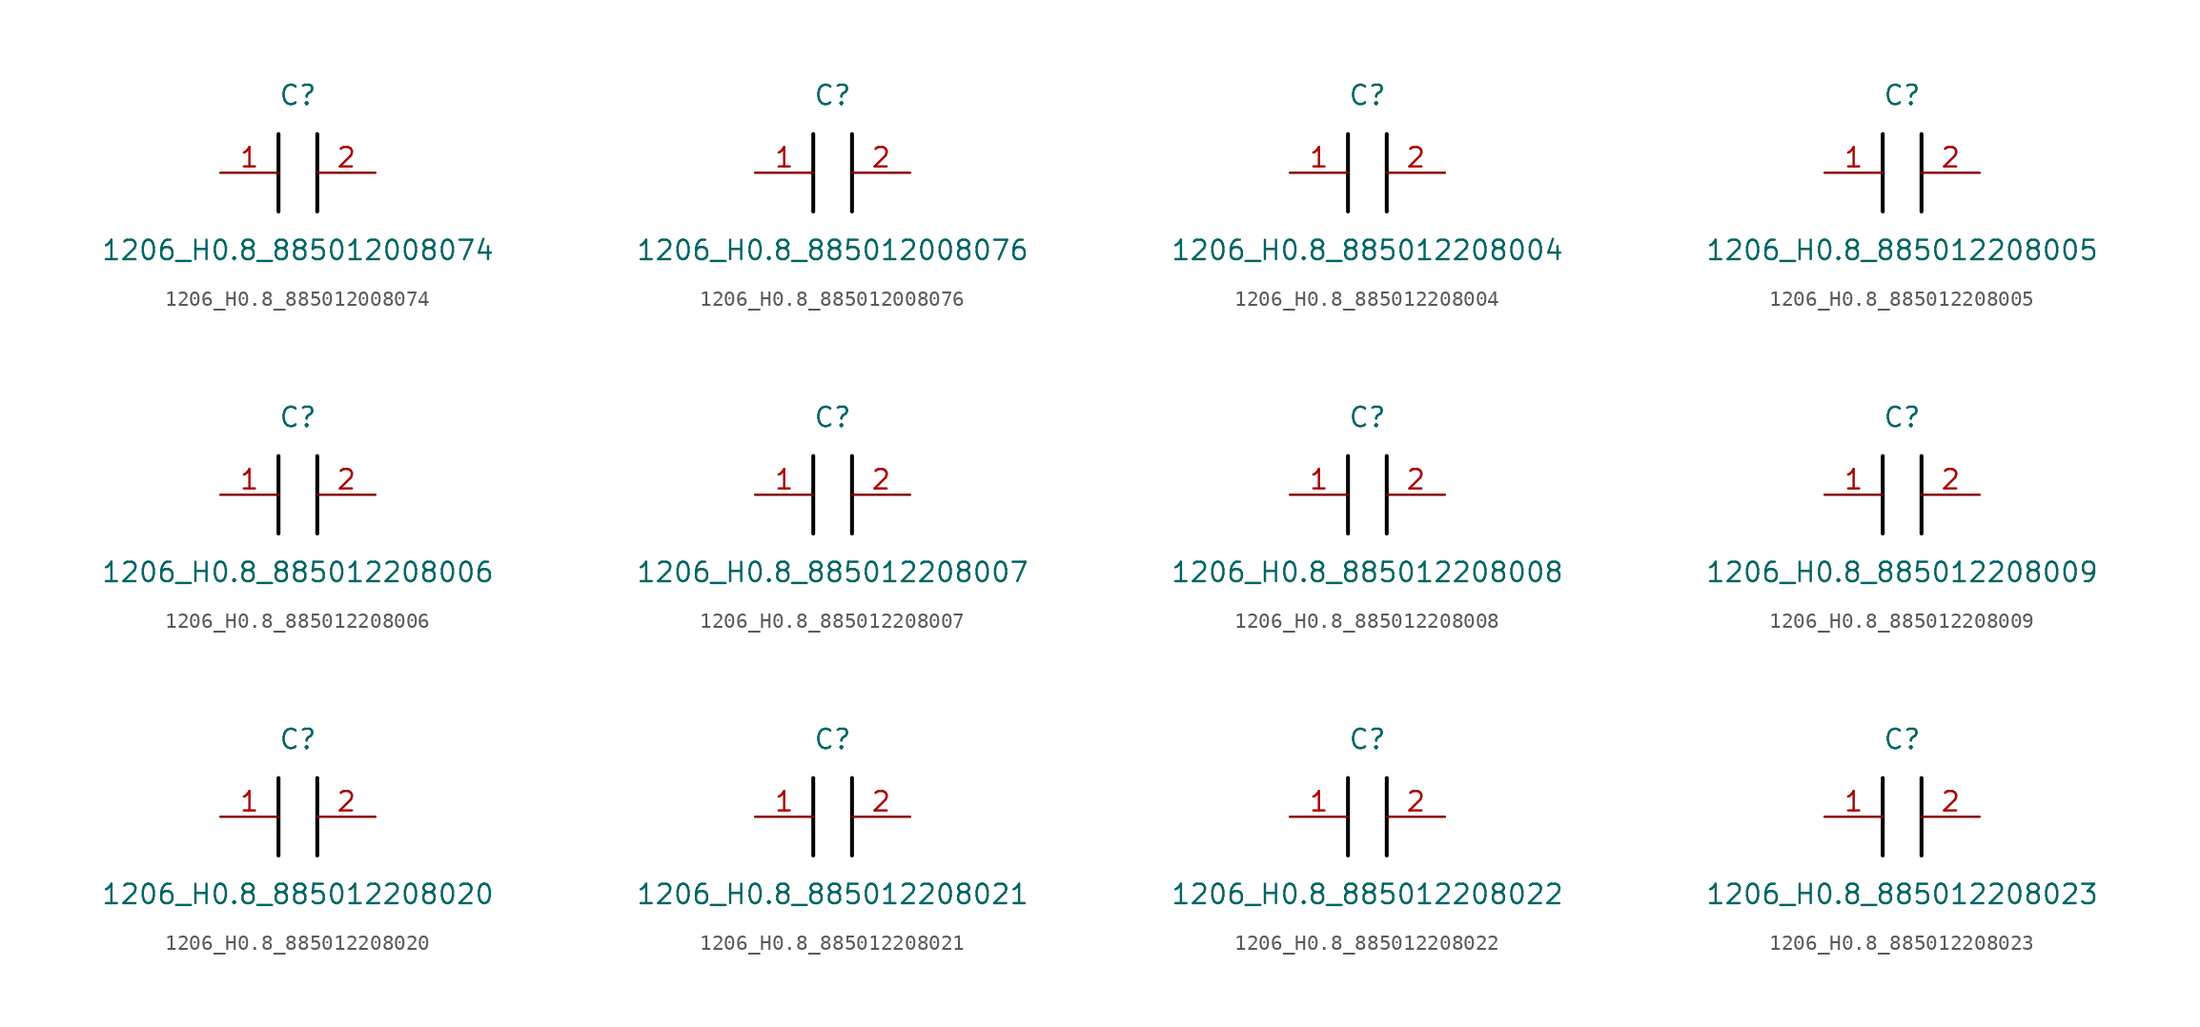
<source format=kicad_sym>
(kicad_symbol_lib
  (version 20220914)
  (generator kicad_symbol_editor)
  (symbol "1206_H0.8_885012008074"
    (pin_names hide)
    (property "Reference" "C"
      (at 0 5.08 0)
      (effects (font (size 1.27 1.27))))
    (property "Value" "1206_H0.8_885012008074"
      (at 0 -5.08 0)
      (effects (font (size 1.27 1.27))))
    (symbol "1206_H0.8_885012008074_1_1"
      (polyline (pts (xy -1.27 2.54) (xy -1.27 -2.54)) (stroke (width 0.254) (type default) (color 0 0 0 1)) (fill (type none)))
      (polyline (pts (xy 1.27 2.54) (xy 1.27 -2.54)) (stroke (width 0.254) (type default) (color 0 0 0 1)) (fill (type none)))
      (pin passive line (at -5.08 0 0) (length 3.81) (name "1" (effects (font (size 1.27 1.27)))) (number "1" (effects (font (size 1.27 1.27)))))
      (pin passive line (at 5.08 0 180) (length 3.81) (name "2" (effects (font (size 1.27 1.27)))) (number "2" (effects (font (size 1.27 1.27)))))))
  (symbol "1206_H0.8_885012008076"
    (pin_names hide)
    (property "Reference" "C"
      (at 0 5.08 0)
      (effects (font (size 1.27 1.27))))
    (property "Value" "1206_H0.8_885012008076"
      (at 0 -5.08 0)
      (effects (font (size 1.27 1.27))))
    (symbol "1206_H0.8_885012008076_1_1"
      (polyline (pts (xy -1.27 2.54) (xy -1.27 -2.54)) (stroke (width 0.254) (type default) (color 0 0 0 1)) (fill (type none)))
      (polyline (pts (xy 1.27 2.54) (xy 1.27 -2.54)) (stroke (width 0.254) (type default) (color 0 0 0 1)) (fill (type none)))
      (pin passive line (at -5.08 0 0) (length 3.81) (name "1" (effects (font (size 1.27 1.27)))) (number "1" (effects (font (size 1.27 1.27)))))
      (pin passive line (at 5.08 0 180) (length 3.81) (name "2" (effects (font (size 1.27 1.27)))) (number "2" (effects (font (size 1.27 1.27)))))))
  (symbol "1206_H0.8_885012208004"
    (pin_names hide)
    (property "Reference" "C"
      (at 0 5.08 0)
      (effects (font (size 1.27 1.27))))
    (property "Value" "1206_H0.8_885012208004"
      (at 0 -5.08 0)
      (effects (font (size 1.27 1.27))))
    (symbol "1206_H0.8_885012208004_1_1"
      (polyline (pts (xy -1.27 2.54) (xy -1.27 -2.54)) (stroke (width 0.254) (type default) (color 0 0 0 1)) (fill (type none)))
      (polyline (pts (xy 1.27 2.54) (xy 1.27 -2.54)) (stroke (width 0.254) (type default) (color 0 0 0 1)) (fill (type none)))
      (pin passive line (at -5.08 0 0) (length 3.81) (name "1" (effects (font (size 1.27 1.27)))) (number "1" (effects (font (size 1.27 1.27)))))
      (pin passive line (at 5.08 0 180) (length 3.81) (name "2" (effects (font (size 1.27 1.27)))) (number "2" (effects (font (size 1.27 1.27)))))))
  (symbol "1206_H0.8_885012208005"
    (pin_names hide)
    (property "Reference" "C"
      (at 0 5.08 0)
      (effects (font (size 1.27 1.27))))
    (property "Value" "1206_H0.8_885012208005"
      (at 0 -5.08 0)
      (effects (font (size 1.27 1.27))))
    (symbol "1206_H0.8_885012208005_1_1"
      (polyline (pts (xy -1.27 2.54) (xy -1.27 -2.54)) (stroke (width 0.254) (type default) (color 0 0 0 1)) (fill (type none)))
      (polyline (pts (xy 1.27 2.54) (xy 1.27 -2.54)) (stroke (width 0.254) (type default) (color 0 0 0 1)) (fill (type none)))
      (pin passive line (at -5.08 0 0) (length 3.81) (name "1" (effects (font (size 1.27 1.27)))) (number "1" (effects (font (size 1.27 1.27)))))
      (pin passive line (at 5.08 0 180) (length 3.81) (name "2" (effects (font (size 1.27 1.27)))) (number "2" (effects (font (size 1.27 1.27)))))))
  (symbol "1206_H0.8_885012208006"
    (pin_names hide)
    (property "Reference" "C"
      (at 0 5.08 0)
      (effects (font (size 1.27 1.27))))
    (property "Value" "1206_H0.8_885012208006"
      (at 0 -5.08 0)
      (effects (font (size 1.27 1.27))))
    (symbol "1206_H0.8_885012208006_1_1"
      (polyline (pts (xy -1.27 2.54) (xy -1.27 -2.54)) (stroke (width 0.254) (type default) (color 0 0 0 1)) (fill (type none)))
      (polyline (pts (xy 1.27 2.54) (xy 1.27 -2.54)) (stroke (width 0.254) (type default) (color 0 0 0 1)) (fill (type none)))
      (pin passive line (at -5.08 0 0) (length 3.81) (name "1" (effects (font (size 1.27 1.27)))) (number "1" (effects (font (size 1.27 1.27)))))
      (pin passive line (at 5.08 0 180) (length 3.81) (name "2" (effects (font (size 1.27 1.27)))) (number "2" (effects (font (size 1.27 1.27)))))))
  (symbol "1206_H0.8_885012208007"
    (pin_names hide)
    (property "Reference" "C"
      (at 0 5.08 0)
      (effects (font (size 1.27 1.27))))
    (property "Value" "1206_H0.8_885012208007"
      (at 0 -5.08 0)
      (effects (font (size 1.27 1.27))))
    (symbol "1206_H0.8_885012208007_1_1"
      (polyline (pts (xy -1.27 2.54) (xy -1.27 -2.54)) (stroke (width 0.254) (type default) (color 0 0 0 1)) (fill (type none)))
      (polyline (pts (xy 1.27 2.54) (xy 1.27 -2.54)) (stroke (width 0.254) (type default) (color 0 0 0 1)) (fill (type none)))
      (pin passive line (at -5.08 0 0) (length 3.81) (name "1" (effects (font (size 1.27 1.27)))) (number "1" (effects (font (size 1.27 1.27)))))
      (pin passive line (at 5.08 0 180) (length 3.81) (name "2" (effects (font (size 1.27 1.27)))) (number "2" (effects (font (size 1.27 1.27)))))))
  (symbol "1206_H0.8_885012208008"
    (pin_names hide)
    (property "Reference" "C"
      (at 0 5.08 0)
      (effects (font (size 1.27 1.27))))
    (property "Value" "1206_H0.8_885012208008"
      (at 0 -5.08 0)
      (effects (font (size 1.27 1.27))))
    (symbol "1206_H0.8_885012208008_1_1"
      (polyline (pts (xy -1.27 2.54) (xy -1.27 -2.54)) (stroke (width 0.254) (type default) (color 0 0 0 1)) (fill (type none)))
      (polyline (pts (xy 1.27 2.54) (xy 1.27 -2.54)) (stroke (width 0.254) (type default) (color 0 0 0 1)) (fill (type none)))
      (pin passive line (at -5.08 0 0) (length 3.81) (name "1" (effects (font (size 1.27 1.27)))) (number "1" (effects (font (size 1.27 1.27)))))
      (pin passive line (at 5.08 0 180) (length 3.81) (name "2" (effects (font (size 1.27 1.27)))) (number "2" (effects (font (size 1.27 1.27)))))))
  (symbol "1206_H0.8_885012208009"
    (pin_names hide)
    (property "Reference" "C"
      (at 0 5.08 0)
      (effects (font (size 1.27 1.27))))
    (property "Value" "1206_H0.8_885012208009"
      (at 0 -5.08 0)
      (effects (font (size 1.27 1.27))))
    (symbol "1206_H0.8_885012208009_1_1"
      (polyline (pts (xy -1.27 2.54) (xy -1.27 -2.54)) (stroke (width 0.254) (type default) (color 0 0 0 1)) (fill (type none)))
      (polyline (pts (xy 1.27 2.54) (xy 1.27 -2.54)) (stroke (width 0.254) (type default) (color 0 0 0 1)) (fill (type none)))
      (pin passive line (at -5.08 0 0) (length 3.81) (name "1" (effects (font (size 1.27 1.27)))) (number "1" (effects (font (size 1.27 1.27)))))
      (pin passive line (at 5.08 0 180) (length 3.81) (name "2" (effects (font (size 1.27 1.27)))) (number "2" (effects (font (size 1.27 1.27)))))))
  (symbol "1206_H0.8_885012208020"
    (pin_names hide)
    (property "Reference" "C"
      (at 0 5.08 0)
      (effects (font (size 1.27 1.27))))
    (property "Value" "1206_H0.8_885012208020"
      (at 0 -5.08 0)
      (effects (font (size 1.27 1.27))))
    (symbol "1206_H0.8_885012208020_1_1"
      (polyline (pts (xy -1.27 2.54) (xy -1.27 -2.54)) (stroke (width 0.254) (type default) (color 0 0 0 1)) (fill (type none)))
      (polyline (pts (xy 1.27 2.54) (xy 1.27 -2.54)) (stroke (width 0.254) (type default) (color 0 0 0 1)) (fill (type none)))
      (pin passive line (at -5.08 0 0) (length 3.81) (name "1" (effects (font (size 1.27 1.27)))) (number "1" (effects (font (size 1.27 1.27)))))
      (pin passive line (at 5.08 0 180) (length 3.81) (name "2" (effects (font (size 1.27 1.27)))) (number "2" (effects (font (size 1.27 1.27)))))))
  (symbol "1206_H0.8_885012208021"
    (pin_names hide)
    (property "Reference" "C"
      (at 0 5.08 0)
      (effects (font (size 1.27 1.27))))
    (property "Value" "1206_H0.8_885012208021"
      (at 0 -5.08 0)
      (effects (font (size 1.27 1.27))))
    (symbol "1206_H0.8_885012208021_1_1"
      (polyline (pts (xy -1.27 2.54) (xy -1.27 -2.54)) (stroke (width 0.254) (type default) (color 0 0 0 1)) (fill (type none)))
      (polyline (pts (xy 1.27 2.54) (xy 1.27 -2.54)) (stroke (width 0.254) (type default) (color 0 0 0 1)) (fill (type none)))
      (pin passive line (at -5.08 0 0) (length 3.81) (name "1" (effects (font (size 1.27 1.27)))) (number "1" (effects (font (size 1.27 1.27)))))
      (pin passive line (at 5.08 0 180) (length 3.81) (name "2" (effects (font (size 1.27 1.27)))) (number "2" (effects (font (size 1.27 1.27)))))))
  (symbol "1206_H0.8_885012208022"
    (pin_names hide)
    (property "Reference" "C"
      (at 0 5.08 0)
      (effects (font (size 1.27 1.27))))
    (property "Value" "1206_H0.8_885012208022"
      (at 0 -5.08 0)
      (effects (font (size 1.27 1.27))))
    (symbol "1206_H0.8_885012208022_1_1"
      (polyline (pts (xy -1.27 2.54) (xy -1.27 -2.54)) (stroke (width 0.254) (type default) (color 0 0 0 1)) (fill (type none)))
      (polyline (pts (xy 1.27 2.54) (xy 1.27 -2.54)) (stroke (width 0.254) (type default) (color 0 0 0 1)) (fill (type none)))
      (pin passive line (at -5.08 0 0) (length 3.81) (name "1" (effects (font (size 1.27 1.27)))) (number "1" (effects (font (size 1.27 1.27)))))
      (pin passive line (at 5.08 0 180) (length 3.81) (name "2" (effects (font (size 1.27 1.27)))) (number "2" (effects (font (size 1.27 1.27)))))))
  (symbol "1206_H0.8_885012208023"
    (pin_names hide)
    (property "Reference" "C"
      (at 0 5.08 0)
      (effects (font (size 1.27 1.27))))
    (property "Value" "1206_H0.8_885012208023"
      (at 0 -5.08 0)
      (effects (font (size 1.27 1.27))))
    (symbol "1206_H0.8_885012208023_1_1"
      (polyline (pts (xy -1.27 2.54) (xy -1.27 -2.54)) (stroke (width 0.254) (type default) (color 0 0 0 1)) (fill (type none)))
      (polyline (pts (xy 1.27 2.54) (xy 1.27 -2.54)) (stroke (width 0.254) (type default) (color 0 0 0 1)) (fill (type none)))
      (pin passive line (at -5.08 0 0) (length 3.81) (name "1" (effects (font (size 1.27 1.27)))) (number "1" (effects (font (size 1.27 1.27)))))
      (pin passive line (at 5.08 0 180) (length 3.81) (name "2" (effects (font (size 1.27 1.27)))) (number "2" (effects (font (size 1.27 1.27))))))))
</source>
